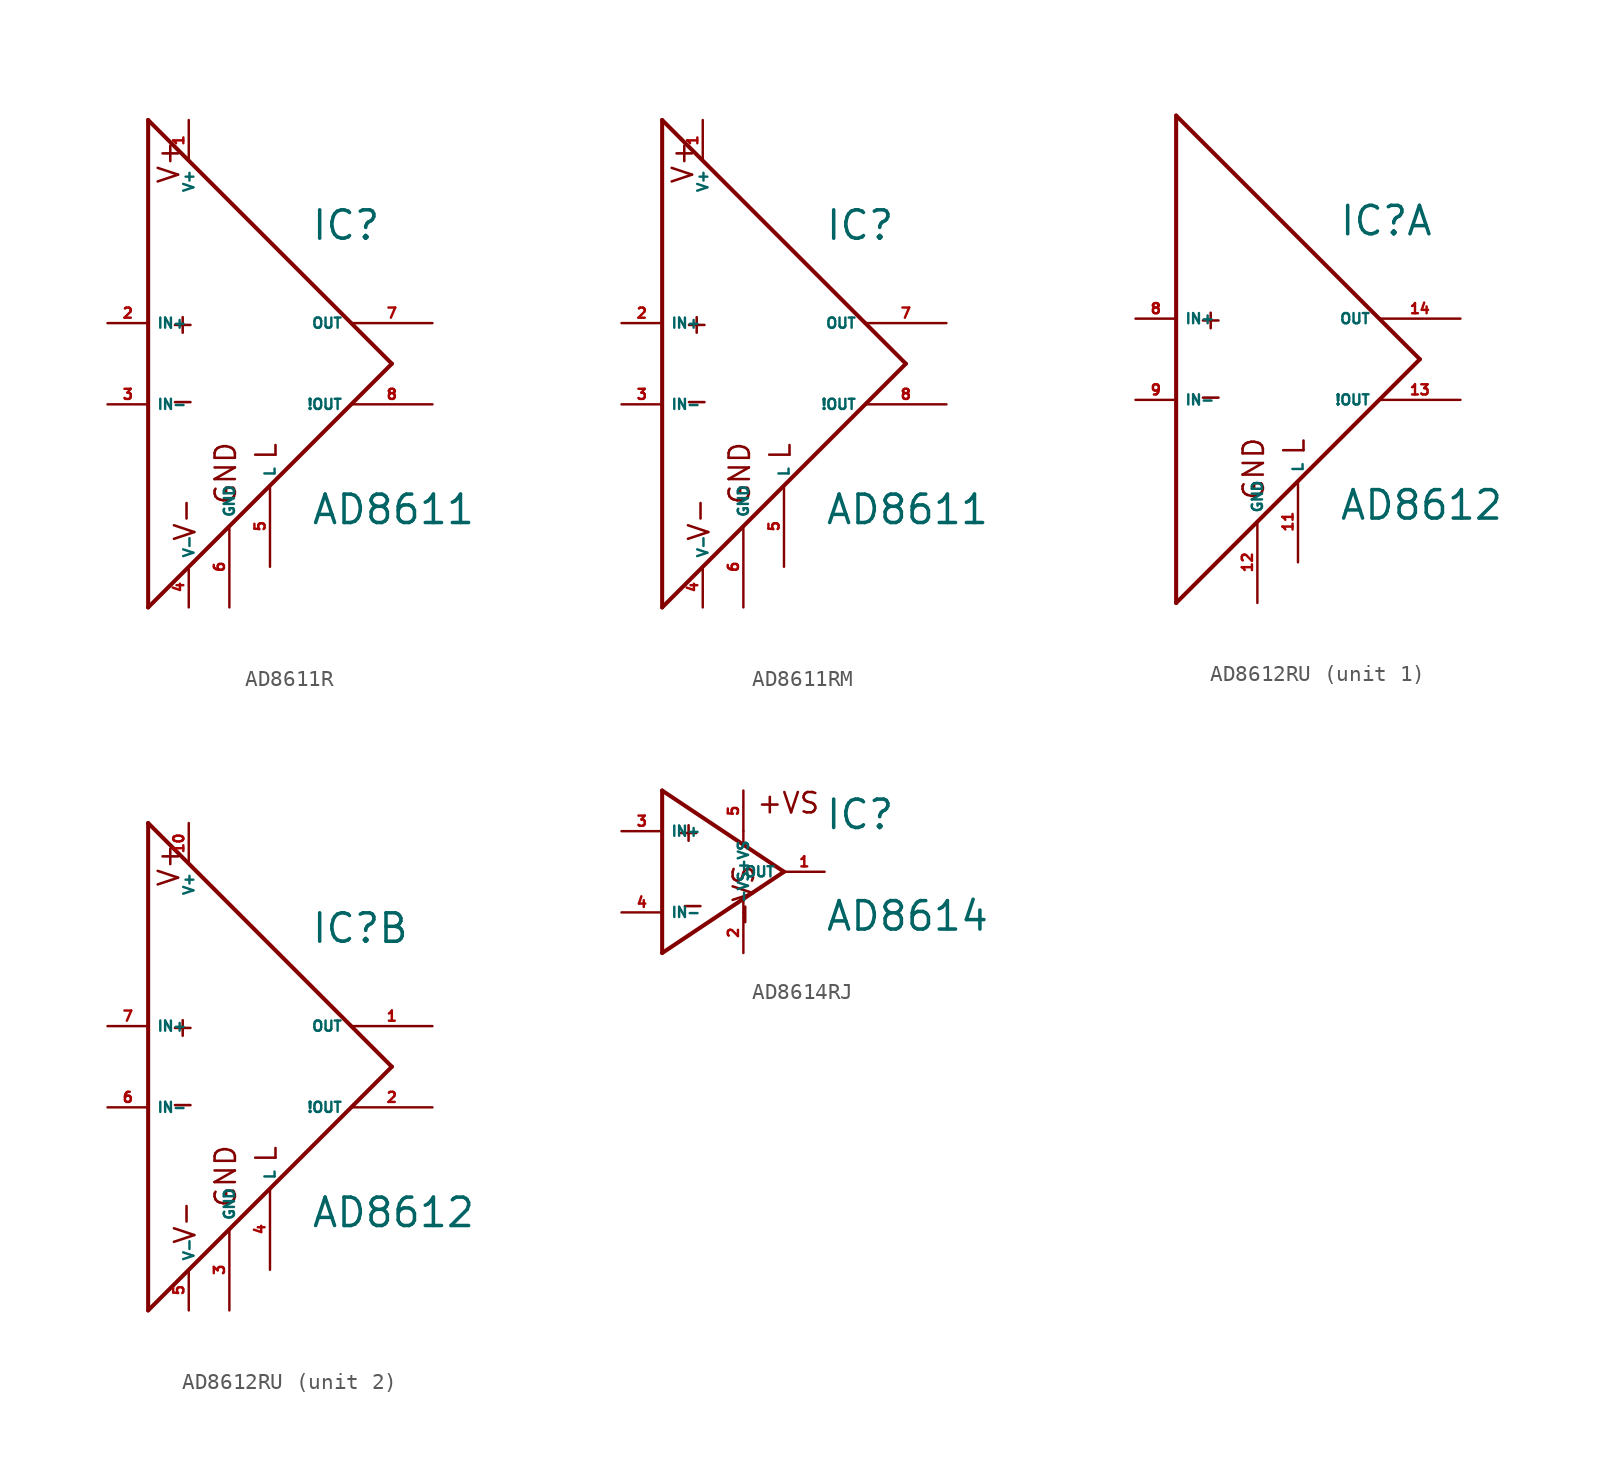
<source format=kicad_sym>
(kicad_symbol_lib
  (version 20220914)
  (generator Eagle2Kicad)
  (symbol "AD8611R"
    (property "Reference" "IC"
      (at 5.08 7.62 0)
      (effects (font (size 1.778 1.778) (thickness 0.22)) (justify left bottom)))
    (property "Value" "AD8611"
      (at 5.08 -10.16 0)
      (effects (font (size 1.778 1.778) (thickness 0.22)) (justify left bottom)))
    (polyline
      (pts (xy -5.08 15.24) (xy -5.08 -15.24))
      (stroke (width 0.254) (type default))
      (fill (type none)))
    (polyline
      (pts (xy -5.08 -15.24) (xy 10.16 0))
      (stroke (width 0.254) (type default))
      (fill (type none)))
    (polyline
      (pts (xy 10.16 0) (xy -5.08 15.24))
      (stroke (width 0.254) (type default))
      (fill (type none)))
    (text "GND"
      (at 0.508 -8.89 900)
      (effects (font (size 1.27 1.27) (thickness 0.16)) (justify left bottom)))
    (text "V+"
      (at -3.048 11.176 2700)
      (effects (font (size 1.27 1.27) (thickness 0.16)) (justify left bottom)))
    (text "V-"
      (at -2.032 -11.176 900)
      (effects (font (size 1.27 1.27) (thickness 0.16)) (justify left bottom)))
    (text "L"
      (at 3.048 -6.096 900)
      (effects (font (size 1.27 1.27) (thickness 0.16)) (justify left bottom)))
    (text "+"
      (at -3.81 1.778 0)
      (effects (font (size 1.27 1.27) (thickness 0.16)) (justify left bottom)))
    (text "-"
      (at -3.81 -3.048 0)
      (effects (font (size 1.27 1.27) (thickness 0.16)) (justify left bottom)))
    (pin input line
      (at -7.62 2.54 0)
      (length 2.54)
      (name "IN+" (effects (font (size 0.635 0.635) (thickness 0.08)) (justify left bottom)))
      (number "2" (effects (font (size 0.635 0.635) (thickness 0.08)) (justify left bottom))))
    (pin input line
      (at -7.62 -2.54 0)
      (length 2.54)
      (name "IN-" (effects (font (size 0.635 0.635) (thickness 0.08)) (justify left bottom)))
      (number "3" (effects (font (size 0.635 0.635) (thickness 0.08)) (justify left bottom))))
    (pin output line
      (at 12.7 2.54 180)
      (length 5.08)
      (name "OUT" (effects (font (size 0.635 0.635) (thickness 0.08)) (justify left bottom)))
      (number "7" (effects (font (size 0.635 0.635) (thickness 0.08)) (justify left bottom))))
    (pin output line
      (at 12.7 -2.54 180)
      (length 5.08)
      (name "!OUT" (effects (font (size 0.635 0.635) (thickness 0.08)) (justify left bottom)))
      (number "8" (effects (font (size 0.635 0.635) (thickness 0.08)) (justify left bottom))))
    (pin unspecified line
      (at -2.54 15.24 270)
      (length 2.54)
      (name "V+" (effects (font (size 0.635 0.635) (thickness 0.08)) (justify left bottom)))
      (number "1" (effects (font (size 0.635 0.635) (thickness 0.08)) (justify left bottom))))
    (pin unspecified line
      (at -2.54 -15.24 90)
      (length 2.54)
      (name "V-" (effects (font (size 0.635 0.635) (thickness 0.08)) (justify left bottom)))
      (number "4" (effects (font (size 0.635 0.635) (thickness 0.08)) (justify left bottom))))
    (pin input line
      (at 2.54 -12.7 90)
      (length 5.08)
      (name "L" (effects (font (size 0.635 0.635) (thickness 0.08)) (justify left bottom)))
      (number "5" (effects (font (size 0.635 0.635) (thickness 0.08)) (justify left bottom))))
    (pin unspecified line
      (at 0 -15.24 90)
      (length 5.08)
      (name "GND" (effects (font (size 0.635 0.635) (thickness 0.08)) (justify left bottom)))
      (number "6" (effects (font (size 0.635 0.635) (thickness 0.08)) (justify left bottom)))))
  (symbol "AD8611RM"
    (property "Reference" "IC"
      (at 5.08 7.62 0)
      (effects (font (size 1.778 1.778) (thickness 0.22)) (justify left bottom)))
    (property "Value" "AD8611"
      (at 5.08 -10.16 0)
      (effects (font (size 1.778 1.778) (thickness 0.22)) (justify left bottom)))
    (polyline
      (pts (xy -5.08 15.24) (xy -5.08 -15.24))
      (stroke (width 0.254) (type default))
      (fill (type none)))
    (polyline
      (pts (xy -5.08 -15.24) (xy 10.16 0))
      (stroke (width 0.254) (type default))
      (fill (type none)))
    (polyline
      (pts (xy 10.16 0) (xy -5.08 15.24))
      (stroke (width 0.254) (type default))
      (fill (type none)))
    (text "GND"
      (at 0.508 -8.89 900)
      (effects (font (size 1.27 1.27) (thickness 0.16)) (justify left bottom)))
    (text "V+"
      (at -3.048 11.176 2700)
      (effects (font (size 1.27 1.27) (thickness 0.16)) (justify left bottom)))
    (text "V-"
      (at -2.032 -11.176 900)
      (effects (font (size 1.27 1.27) (thickness 0.16)) (justify left bottom)))
    (text "L"
      (at 3.048 -6.096 900)
      (effects (font (size 1.27 1.27) (thickness 0.16)) (justify left bottom)))
    (text "+"
      (at -3.81 1.778 0)
      (effects (font (size 1.27 1.27) (thickness 0.16)) (justify left bottom)))
    (text "-"
      (at -3.81 -3.048 0)
      (effects (font (size 1.27 1.27) (thickness 0.16)) (justify left bottom)))
    (pin input line
      (at -7.62 2.54 0)
      (length 2.54)
      (name "IN+" (effects (font (size 0.635 0.635) (thickness 0.08)) (justify left bottom)))
      (number "2" (effects (font (size 0.635 0.635) (thickness 0.08)) (justify left bottom))))
    (pin input line
      (at -7.62 -2.54 0)
      (length 2.54)
      (name "IN-" (effects (font (size 0.635 0.635) (thickness 0.08)) (justify left bottom)))
      (number "3" (effects (font (size 0.635 0.635) (thickness 0.08)) (justify left bottom))))
    (pin output line
      (at 12.7 2.54 180)
      (length 5.08)
      (name "OUT" (effects (font (size 0.635 0.635) (thickness 0.08)) (justify left bottom)))
      (number "7" (effects (font (size 0.635 0.635) (thickness 0.08)) (justify left bottom))))
    (pin output line
      (at 12.7 -2.54 180)
      (length 5.08)
      (name "!OUT" (effects (font (size 0.635 0.635) (thickness 0.08)) (justify left bottom)))
      (number "8" (effects (font (size 0.635 0.635) (thickness 0.08)) (justify left bottom))))
    (pin unspecified line
      (at -2.54 15.24 270)
      (length 2.54)
      (name "V+" (effects (font (size 0.635 0.635) (thickness 0.08)) (justify left bottom)))
      (number "1" (effects (font (size 0.635 0.635) (thickness 0.08)) (justify left bottom))))
    (pin unspecified line
      (at -2.54 -15.24 90)
      (length 2.54)
      (name "V-" (effects (font (size 0.635 0.635) (thickness 0.08)) (justify left bottom)))
      (number "4" (effects (font (size 0.635 0.635) (thickness 0.08)) (justify left bottom))))
    (pin input line
      (at 2.54 -12.7 90)
      (length 5.08)
      (name "L" (effects (font (size 0.635 0.635) (thickness 0.08)) (justify left bottom)))
      (number "5" (effects (font (size 0.635 0.635) (thickness 0.08)) (justify left bottom))))
    (pin unspecified line
      (at 0 -15.24 90)
      (length 5.08)
      (name "GND" (effects (font (size 0.635 0.635) (thickness 0.08)) (justify left bottom)))
      (number "6" (effects (font (size 0.635 0.635) (thickness 0.08)) (justify left bottom)))))
  (symbol "AD8612RU"
    (property "Reference" "IC"
      (at 5.08 7.62 0)
      (effects (font (size 1.778 1.778) (thickness 0.22)) (justify left bottom)))
    (property "Value" "AD8612"
      (at 5.08 -10.16 0)
      (effects (font (size 1.778 1.778) (thickness 0.22)) (justify left bottom)))
    (symbol "AD8612RU_1_0"
      (polyline (pts (xy -5.08 15.24) (xy -5.08 -15.24)) (stroke (width 0.254) (type default)) (fill (type none)))
      (polyline (pts (xy -5.08 -15.24) (xy 10.16 0)) (stroke (width 0.254) (type default)) (fill (type none)))
      (polyline (pts (xy 10.16 0) (xy -5.08 15.24)) (stroke (width 0.254) (type default)) (fill (type none)))
      (text "GND" (at 0.508 -8.89 900) (effects (font (size 1.27 1.27) (thickness 0.16)) (justify left bottom)))
      (text "L" (at 3.048 -6.096 900) (effects (font (size 1.27 1.27) (thickness 0.16)) (justify left bottom)))
      (text "+" (at -3.81 1.778 0) (effects (font (size 1.27 1.27) (thickness 0.16)) (justify left bottom)))
      (text "-" (at -3.81 -3.048 0) (effects (font (size 1.27 1.27) (thickness 0.16)) (justify left bottom)))
      (pin input line (at -7.62 2.54 0) (length 2.54) (name "IN+" (effects (font (size 0.635 0.635) (thickness 0.08)) (justify left bottom))) (number "8" (effects (font (size 0.635 0.635) (thickness 0.08)) (justify left bottom))))
      (pin input line (at -7.62 -2.54 0) (length 2.54) (name "IN-" (effects (font (size 0.635 0.635) (thickness 0.08)) (justify left bottom))) (number "9" (effects (font (size 0.635 0.635) (thickness 0.08)) (justify left bottom))))
      (pin output line (at 12.7 2.54 180) (length 5.08) (name "OUT" (effects (font (size 0.635 0.635) (thickness 0.08)) (justify left bottom))) (number "14" (effects (font (size 0.635 0.635) (thickness 0.08)) (justify left bottom))))
      (pin output line (at 12.7 -2.54 180) (length 5.08) (name "!OUT" (effects (font (size 0.635 0.635) (thickness 0.08)) (justify left bottom))) (number "13" (effects (font (size 0.635 0.635) (thickness 0.08)) (justify left bottom))))
      (pin input line (at 2.54 -12.7 90) (length 5.08) (name "L" (effects (font (size 0.635 0.635) (thickness 0.08)) (justify left bottom))) (number "11" (effects (font (size 0.635 0.635) (thickness 0.08)) (justify left bottom))))
      (pin unspecified line (at 0 -15.24 90) (length 5.08) (name "GND" (effects (font (size 0.635 0.635) (thickness 0.08)) (justify left bottom))) (number "12" (effects (font (size 0.635 0.635) (thickness 0.08)) (justify left bottom)))))
    (symbol "AD8612RU_2_0"
      (polyline (pts (xy -5.08 15.24) (xy -5.08 -15.24)) (stroke (width 0.254) (type default)) (fill (type none)))
      (polyline (pts (xy -5.08 -15.24) (xy 10.16 0)) (stroke (width 0.254) (type default)) (fill (type none)))
      (polyline (pts (xy 10.16 0) (xy -5.08 15.24)) (stroke (width 0.254) (type default)) (fill (type none)))
      (text "GND" (at 0.508 -8.89 900) (effects (font (size 1.27 1.27) (thickness 0.16)) (justify left bottom)))
      (text "V+" (at -3.048 11.176 2700) (effects (font (size 1.27 1.27) (thickness 0.16)) (justify left bottom)))
      (text "V-" (at -2.032 -11.176 900) (effects (font (size 1.27 1.27) (thickness 0.16)) (justify left bottom)))
      (text "L" (at 3.048 -6.096 900) (effects (font (size 1.27 1.27) (thickness 0.16)) (justify left bottom)))
      (text "+" (at -3.81 1.778 0) (effects (font (size 1.27 1.27) (thickness 0.16)) (justify left bottom)))
      (text "-" (at -3.81 -3.048 0) (effects (font (size 1.27 1.27) (thickness 0.16)) (justify left bottom)))
      (pin input line (at -7.62 2.54 0) (length 2.54) (name "IN+" (effects (font (size 0.635 0.635) (thickness 0.08)) (justify left bottom))) (number "7" (effects (font (size 0.635 0.635) (thickness 0.08)) (justify left bottom))))
      (pin input line (at -7.62 -2.54 0) (length 2.54) (name "IN-" (effects (font (size 0.635 0.635) (thickness 0.08)) (justify left bottom))) (number "6" (effects (font (size 0.635 0.635) (thickness 0.08)) (justify left bottom))))
      (pin output line (at 12.7 2.54 180) (length 5.08) (name "OUT" (effects (font (size 0.635 0.635) (thickness 0.08)) (justify left bottom))) (number "1" (effects (font (size 0.635 0.635) (thickness 0.08)) (justify left bottom))))
      (pin output line (at 12.7 -2.54 180) (length 5.08) (name "!OUT" (effects (font (size 0.635 0.635) (thickness 0.08)) (justify left bottom))) (number "2" (effects (font (size 0.635 0.635) (thickness 0.08)) (justify left bottom))))
      (pin unspecified line (at -2.54 15.24 270) (length 2.54) (name "V+" (effects (font (size 0.635 0.635) (thickness 0.08)) (justify left bottom))) (number "10" (effects (font (size 0.635 0.635) (thickness 0.08)) (justify left bottom))))
      (pin unspecified line (at -2.54 -15.24 90) (length 2.54) (name "V-" (effects (font (size 0.635 0.635) (thickness 0.08)) (justify left bottom))) (number "5" (effects (font (size 0.635 0.635) (thickness 0.08)) (justify left bottom))))
      (pin input line (at 2.54 -12.7 90) (length 5.08) (name "L" (effects (font (size 0.635 0.635) (thickness 0.08)) (justify left bottom))) (number "4" (effects (font (size 0.635 0.635) (thickness 0.08)) (justify left bottom))))
      (pin unspecified line (at 0 -15.24 90) (length 5.08) (name "GND" (effects (font (size 0.635 0.635) (thickness 0.08)) (justify left bottom))) (number "3" (effects (font (size 0.635 0.635) (thickness 0.08)) (justify left bottom))))))
  (symbol "AD8614RJ"
    (property "Reference" "IC"
      (at 7.62 2.54 0)
      (effects (font (size 1.778 1.778) (thickness 0.22)) (justify left bottom)))
    (property "Value" "AD8614"
      (at 7.62 -3.81 0)
      (effects (font (size 1.778 1.778) (thickness 0.22)) (justify left bottom)))
    (polyline
      (pts (xy -2.54 5.08) (xy -2.54 -5.08))
      (stroke (width 0.254) (type default))
      (fill (type none)))
    (polyline
      (pts (xy -2.54 -5.08) (xy 5.08 0))
      (stroke (width 0.254) (type default))
      (fill (type none)))
    (polyline
      (pts (xy 5.08 0) (xy -2.54 5.08))
      (stroke (width 0.254) (type default))
      (fill (type none)))
    (polyline
      (pts (xy 2.54 2.54) (xy 2.54 1.778))
      (stroke (width 0.152) (type default))
      (fill (type none)))
    (polyline
      (pts (xy 2.54 -2.54) (xy 2.54 -1.778))
      (stroke (width 0.152) (type default))
      (fill (type none)))
    (text "+"
      (at -1.778 1.778 0)
      (effects (font (size 1.27 1.27) (thickness 0.16)) (justify left bottom)))
    (text "-"
      (at -1.524 -2.794 0)
      (effects (font (size 1.27 1.27) (thickness 0.16)) (justify left bottom)))
    (text "+VS"
      (at 3.302 3.556 0)
      (effects (font (size 1.27 1.27) (thickness 0.16)) (justify left bottom)))
    (text "-VS"
      (at 3.302 -3.556 1800)
      (effects (font (size 1.27 1.27) (thickness 0.16)) (justify left bottom mirror)))
    (pin input line
      (at -5.08 2.54 0)
      (length 2.54)
      (name "IN+" (effects (font (size 0.635 0.635) (thickness 0.08)) (justify left bottom)))
      (number "3" (effects (font (size 0.635 0.635) (thickness 0.08)) (justify left bottom))))
    (pin input line
      (at -5.08 -2.54 0)
      (length 2.54)
      (name "IN-" (effects (font (size 0.635 0.635) (thickness 0.08)) (justify left bottom)))
      (number "4" (effects (font (size 0.635 0.635) (thickness 0.08)) (justify left bottom))))
    (pin output line
      (at 7.62 0 180)
      (length 2.54)
      (name "OUT" (effects (font (size 0.635 0.635) (thickness 0.08)) (justify left bottom)))
      (number "1" (effects (font (size 0.635 0.635) (thickness 0.08)) (justify left bottom))))
    (pin input line
      (at 2.54 -5.08 90)
      (length 2.54)
      (name "-VS" (effects (font (size 0.635 0.635) (thickness 0.08)) (justify left bottom)))
      (number "2" (effects (font (size 0.635 0.635) (thickness 0.08)) (justify left bottom))))
    (pin input line
      (at 2.54 5.08 270)
      (length 2.54)
      (name "+VS" (effects (font (size 0.635 0.635) (thickness 0.08)) (justify left bottom)))
      (number "5" (effects (font (size 0.635 0.635) (thickness 0.08)) (justify left bottom))))))
</source>
